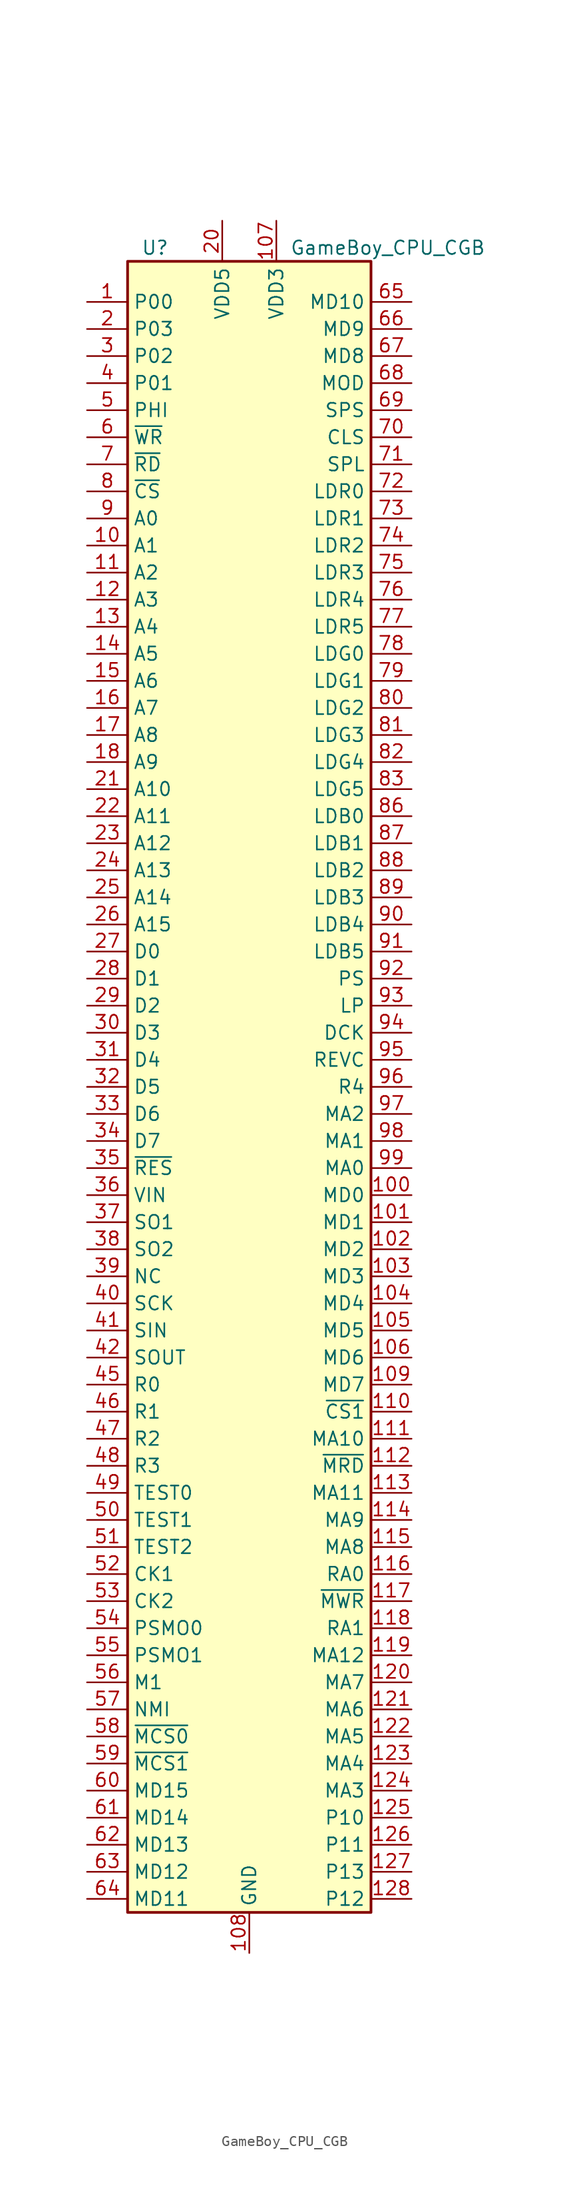
<source format=kicad_sym>
(kicad_symbol_lib
  (version 20220914)
  (generator kicad_symbol_editor)
  (symbol "GameBoy_CPU_CGB"
    (property "Reference" "U"
      (at -10.16 78.74 0)
      (effects (font (size 1.27 1.27)) (justify left)))
    (property "Value" "GameBoy_CPU_CGB"
      (at 3.81 78.74 0)
      (effects (font (size 1.27 1.27)) (justify left)))
    (symbol "GameBoy_CPU_CGB_0_1"
      (rectangle (start -11.43 77.47) (end 11.43 -77.47) (stroke (width 0.254) (type default)) (fill (type background))))
    (symbol "GameBoy_CPU_CGB_1_1"
      (pin passive line (at -15.24 73.66 0) (length 3.81) (name "P00" (effects (font (size 1.27 1.27)))) (number "1" (effects (font (size 1.27 1.27)))))
      (pin passive line (at -15.24 50.8 0) (length 3.81) (name "A1" (effects (font (size 1.27 1.27)))) (number "10" (effects (font (size 1.27 1.27)))))
      (pin passive line (at 15.24 -10.16 180) (length 3.81) (name "MD0" (effects (font (size 1.27 1.27)))) (number "100" (effects (font (size 1.27 1.27)))))
      (pin passive line (at 15.24 -12.7 180) (length 3.81) (name "MD1" (effects (font (size 1.27 1.27)))) (number "101" (effects (font (size 1.27 1.27)))))
      (pin passive line (at 15.24 -15.24 180) (length 3.81) (name "MD2" (effects (font (size 1.27 1.27)))) (number "102" (effects (font (size 1.27 1.27)))))
      (pin passive line (at 15.24 -17.78 180) (length 3.81) (name "MD3" (effects (font (size 1.27 1.27)))) (number "103" (effects (font (size 1.27 1.27)))))
      (pin passive line (at 15.24 -20.32 180) (length 3.81) (name "MD4" (effects (font (size 1.27 1.27)))) (number "104" (effects (font (size 1.27 1.27)))))
      (pin passive line (at 15.24 -22.86 180) (length 3.81) (name "MD5" (effects (font (size 1.27 1.27)))) (number "105" (effects (font (size 1.27 1.27)))))
      (pin passive line (at 15.24 -25.4 180) (length 3.81) (name "MD6" (effects (font (size 1.27 1.27)))) (number "106" (effects (font (size 1.27 1.27)))))
      (pin power_in line (at 2.54 81.28 270) (length 3.81) (name "VDD3" (effects (font (size 1.27 1.27)))) (number "107" (effects (font (size 1.27 1.27)))))
      (pin power_in line (at 0 -81.28 90) (length 3.81) (name "GND" (effects (font (size 1.27 1.27)))) (number "108" (effects (font (size 1.27 1.27)))))
      (pin passive line (at 15.24 -27.94 180) (length 3.81) (name "MD7" (effects (font (size 1.27 1.27)))) (number "109" (effects (font (size 1.27 1.27)))))
      (pin passive line (at -15.24 48.26 0) (length 3.81) (name "A2" (effects (font (size 1.27 1.27)))) (number "11" (effects (font (size 1.27 1.27)))))
      (pin passive line (at 15.24 -30.48 180) (length 3.81) (name "~{CS1}" (effects (font (size 1.27 1.27)))) (number "110" (effects (font (size 1.27 1.27)))))
      (pin passive line (at 15.24 -33.02 180) (length 3.81) (name "MA10" (effects (font (size 1.27 1.27)))) (number "111" (effects (font (size 1.27 1.27)))))
      (pin passive line (at 15.24 -35.56 180) (length 3.81) (name "~{MRD}" (effects (font (size 1.27 1.27)))) (number "112" (effects (font (size 1.27 1.27)))))
      (pin passive line (at 15.24 -38.1 180) (length 3.81) (name "MA11" (effects (font (size 1.27 1.27)))) (number "113" (effects (font (size 1.27 1.27)))))
      (pin passive line (at 15.24 -40.64 180) (length 3.81) (name "MA9" (effects (font (size 1.27 1.27)))) (number "114" (effects (font (size 1.27 1.27)))))
      (pin passive line (at 15.24 -43.18 180) (length 3.81) (name "MA8" (effects (font (size 1.27 1.27)))) (number "115" (effects (font (size 1.27 1.27)))))
      (pin passive line (at 15.24 -45.72 180) (length 3.81) (name "RA0" (effects (font (size 1.27 1.27)))) (number "116" (effects (font (size 1.27 1.27)))))
      (pin passive line (at 15.24 -48.26 180) (length 3.81) (name "~{MWR}" (effects (font (size 1.27 1.27)))) (number "117" (effects (font (size 1.27 1.27)))))
      (pin passive line (at 15.24 -50.8 180) (length 3.81) (name "RA1" (effects (font (size 1.27 1.27)))) (number "118" (effects (font (size 1.27 1.27)))))
      (pin passive line (at 15.24 -53.34 180) (length 3.81) (name "MA12" (effects (font (size 1.27 1.27)))) (number "119" (effects (font (size 1.27 1.27)))))
      (pin passive line (at -15.24 45.72 0) (length 3.81) (name "A3" (effects (font (size 1.27 1.27)))) (number "12" (effects (font (size 1.27 1.27)))))
      (pin passive line (at 15.24 -55.88 180) (length 3.81) (name "MA7" (effects (font (size 1.27 1.27)))) (number "120" (effects (font (size 1.27 1.27)))))
      (pin passive line (at 15.24 -58.42 180) (length 3.81) (name "MA6" (effects (font (size 1.27 1.27)))) (number "121" (effects (font (size 1.27 1.27)))))
      (pin passive line (at 15.24 -60.96 180) (length 3.81) (name "MA5" (effects (font (size 1.27 1.27)))) (number "122" (effects (font (size 1.27 1.27)))))
      (pin passive line (at 15.24 -63.5 180) (length 3.81) (name "MA4" (effects (font (size 1.27 1.27)))) (number "123" (effects (font (size 1.27 1.27)))))
      (pin passive line (at 15.24 -66.04 180) (length 3.81) (name "MA3" (effects (font (size 1.27 1.27)))) (number "124" (effects (font (size 1.27 1.27)))))
      (pin passive line (at 15.24 -68.58 180) (length 3.81) (name "P10" (effects (font (size 1.27 1.27)))) (number "125" (effects (font (size 1.27 1.27)))))
      (pin passive line (at 15.24 -71.12 180) (length 3.81) (name "P11" (effects (font (size 1.27 1.27)))) (number "126" (effects (font (size 1.27 1.27)))))
      (pin passive line (at 15.24 -73.66 180) (length 3.81) (name "P13" (effects (font (size 1.27 1.27)))) (number "127" (effects (font (size 1.27 1.27)))))
      (pin passive line (at 15.24 -76.2 180) (length 3.81) (name "P12" (effects (font (size 1.27 1.27)))) (number "128" (effects (font (size 1.27 1.27)))))
      (pin passive line (at -15.24 43.18 0) (length 3.81) (name "A4" (effects (font (size 1.27 1.27)))) (number "13" (effects (font (size 1.27 1.27)))))
      (pin passive line (at -15.24 40.64 0) (length 3.81) (name "A5" (effects (font (size 1.27 1.27)))) (number "14" (effects (font (size 1.27 1.27)))))
      (pin passive line (at -15.24 38.1 0) (length 3.81) (name "A6" (effects (font (size 1.27 1.27)))) (number "15" (effects (font (size 1.27 1.27)))))
      (pin passive line (at -15.24 35.56 0) (length 3.81) (name "A7" (effects (font (size 1.27 1.27)))) (number "16" (effects (font (size 1.27 1.27)))))
      (pin passive line (at -15.24 33.02 0) (length 3.81) (name "A8" (effects (font (size 1.27 1.27)))) (number "17" (effects (font (size 1.27 1.27)))))
      (pin passive line (at -15.24 30.48 0) (length 3.81) (name "A9" (effects (font (size 1.27 1.27)))) (number "18" (effects (font (size 1.27 1.27)))))
      (pin passive line (at 0 -81.28 90) (length 3.81) hide (name "GND" (effects (font (size 1.27 1.27)))) (number "19" (effects (font (size 1.27 1.27)))))
      (pin passive line (at -15.24 71.12 0) (length 3.81) (name "P03" (effects (font (size 1.27 1.27)))) (number "2" (effects (font (size 1.27 1.27)))))
      (pin power_in line (at -2.54 81.28 270) (length 3.81) (name "VDD5" (effects (font (size 1.27 1.27)))) (number "20" (effects (font (size 1.27 1.27)))))
      (pin passive line (at -15.24 27.94 0) (length 3.81) (name "A10" (effects (font (size 1.27 1.27)))) (number "21" (effects (font (size 1.27 1.27)))))
      (pin passive line (at -15.24 25.4 0) (length 3.81) (name "A11" (effects (font (size 1.27 1.27)))) (number "22" (effects (font (size 1.27 1.27)))))
      (pin passive line (at -15.24 22.86 0) (length 3.81) (name "A12" (effects (font (size 1.27 1.27)))) (number "23" (effects (font (size 1.27 1.27)))))
      (pin passive line (at -15.24 20.32 0) (length 3.81) (name "A13" (effects (font (size 1.27 1.27)))) (number "24" (effects (font (size 1.27 1.27)))))
      (pin passive line (at -15.24 17.78 0) (length 3.81) (name "A14" (effects (font (size 1.27 1.27)))) (number "25" (effects (font (size 1.27 1.27)))))
      (pin passive line (at -15.24 15.24 0) (length 3.81) (name "A15" (effects (font (size 1.27 1.27)))) (number "26" (effects (font (size 1.27 1.27)))))
      (pin passive line (at -15.24 12.7 0) (length 3.81) (name "D0" (effects (font (size 1.27 1.27)))) (number "27" (effects (font (size 1.27 1.27)))))
      (pin passive line (at -15.24 10.16 0) (length 3.81) (name "D1" (effects (font (size 1.27 1.27)))) (number "28" (effects (font (size 1.27 1.27)))))
      (pin passive line (at -15.24 7.62 0) (length 3.81) (name "D2" (effects (font (size 1.27 1.27)))) (number "29" (effects (font (size 1.27 1.27)))))
      (pin passive line (at -15.24 68.58 0) (length 3.81) (name "P02" (effects (font (size 1.27 1.27)))) (number "3" (effects (font (size 1.27 1.27)))))
      (pin passive line (at -15.24 5.08 0) (length 3.81) (name "D3" (effects (font (size 1.27 1.27)))) (number "30" (effects (font (size 1.27 1.27)))))
      (pin passive line (at -15.24 2.54 0) (length 3.81) (name "D4" (effects (font (size 1.27 1.27)))) (number "31" (effects (font (size 1.27 1.27)))))
      (pin passive line (at -15.24 0 0) (length 3.81) (name "D5" (effects (font (size 1.27 1.27)))) (number "32" (effects (font (size 1.27 1.27)))))
      (pin passive line (at -15.24 -2.54 0) (length 3.81) (name "D6" (effects (font (size 1.27 1.27)))) (number "33" (effects (font (size 1.27 1.27)))))
      (pin passive line (at -15.24 -5.08 0) (length 3.81) (name "D7" (effects (font (size 1.27 1.27)))) (number "34" (effects (font (size 1.27 1.27)))))
      (pin passive line (at -15.24 -7.62 0) (length 3.81) (name "~{RES}" (effects (font (size 1.27 1.27)))) (number "35" (effects (font (size 1.27 1.27)))))
      (pin passive line (at -15.24 -10.16 0) (length 3.81) (name "VIN" (effects (font (size 1.27 1.27)))) (number "36" (effects (font (size 1.27 1.27)))))
      (pin passive line (at -15.24 -12.7 0) (length 3.81) (name "SO1" (effects (font (size 1.27 1.27)))) (number "37" (effects (font (size 1.27 1.27)))))
      (pin passive line (at -15.24 -15.24 0) (length 3.81) (name "SO2" (effects (font (size 1.27 1.27)))) (number "38" (effects (font (size 1.27 1.27)))))
      (pin passive line (at -15.24 -17.78 0) (length 3.81) (name "NC" (effects (font (size 1.27 1.27)))) (number "39" (effects (font (size 1.27 1.27)))))
      (pin passive line (at -15.24 66.04 0) (length 3.81) (name "P01" (effects (font (size 1.27 1.27)))) (number "4" (effects (font (size 1.27 1.27)))))
      (pin passive line (at -15.24 -20.32 0) (length 3.81) (name "SCK" (effects (font (size 1.27 1.27)))) (number "40" (effects (font (size 1.27 1.27)))))
      (pin passive line (at -15.24 -22.86 0) (length 3.81) (name "SIN" (effects (font (size 1.27 1.27)))) (number "41" (effects (font (size 1.27 1.27)))))
      (pin passive line (at -15.24 -25.4 0) (length 3.81) (name "SOUT" (effects (font (size 1.27 1.27)))) (number "42" (effects (font (size 1.27 1.27)))))
      (pin passive line (at -2.54 81.28 270) (length 3.81) hide (name "VDD5" (effects (font (size 1.27 1.27)))) (number "43" (effects (font (size 1.27 1.27)))))
      (pin passive line (at 0 -81.28 90) (length 3.81) hide (name "GND" (effects (font (size 1.27 1.27)))) (number "44" (effects (font (size 1.27 1.27)))))
      (pin passive line (at -15.24 -27.94 0) (length 3.81) (name "R0" (effects (font (size 1.27 1.27)))) (number "45" (effects (font (size 1.27 1.27)))))
      (pin passive line (at -15.24 -30.48 0) (length 3.81) (name "R1" (effects (font (size 1.27 1.27)))) (number "46" (effects (font (size 1.27 1.27)))))
      (pin passive line (at -15.24 -33.02 0) (length 3.81) (name "R2" (effects (font (size 1.27 1.27)))) (number "47" (effects (font (size 1.27 1.27)))))
      (pin passive line (at -15.24 -35.56 0) (length 3.81) (name "R3" (effects (font (size 1.27 1.27)))) (number "48" (effects (font (size 1.27 1.27)))))
      (pin passive line (at -15.24 -38.1 0) (length 3.81) (name "TEST0" (effects (font (size 1.27 1.27)))) (number "49" (effects (font (size 1.27 1.27)))))
      (pin passive line (at -15.24 63.5 0) (length 3.81) (name "PHI" (effects (font (size 1.27 1.27)))) (number "5" (effects (font (size 1.27 1.27)))))
      (pin passive line (at -15.24 -40.64 0) (length 3.81) (name "TEST1" (effects (font (size 1.27 1.27)))) (number "50" (effects (font (size 1.27 1.27)))))
      (pin passive line (at -15.24 -43.18 0) (length 3.81) (name "TEST2" (effects (font (size 1.27 1.27)))) (number "51" (effects (font (size 1.27 1.27)))))
      (pin passive line (at -15.24 -45.72 0) (length 3.81) (name "CK1" (effects (font (size 1.27 1.27)))) (number "52" (effects (font (size 1.27 1.27)))))
      (pin passive line (at -15.24 -48.26 0) (length 3.81) (name "CK2" (effects (font (size 1.27 1.27)))) (number "53" (effects (font (size 1.27 1.27)))))
      (pin passive line (at -15.24 -50.8 0) (length 3.81) (name "PSMO0" (effects (font (size 1.27 1.27)))) (number "54" (effects (font (size 1.27 1.27)))))
      (pin passive line (at -15.24 -53.34 0) (length 3.81) (name "PSMO1" (effects (font (size 1.27 1.27)))) (number "55" (effects (font (size 1.27 1.27)))))
      (pin passive line (at -15.24 -55.88 0) (length 3.81) (name "M1" (effects (font (size 1.27 1.27)))) (number "56" (effects (font (size 1.27 1.27)))))
      (pin passive line (at -15.24 -58.42 0) (length 3.81) (name "NMI" (effects (font (size 1.27 1.27)))) (number "57" (effects (font (size 1.27 1.27)))))
      (pin passive line (at -15.24 -60.96 0) (length 3.81) (name "~{MCS0}" (effects (font (size 1.27 1.27)))) (number "58" (effects (font (size 1.27 1.27)))))
      (pin passive line (at -15.24 -63.5 0) (length 3.81) (name "~{MCS1}" (effects (font (size 1.27 1.27)))) (number "59" (effects (font (size 1.27 1.27)))))
      (pin passive line (at -15.24 60.96 0) (length 3.81) (name "~{WR}" (effects (font (size 1.27 1.27)))) (number "6" (effects (font (size 1.27 1.27)))))
      (pin passive line (at -15.24 -66.04 0) (length 3.81) (name "MD15" (effects (font (size 1.27 1.27)))) (number "60" (effects (font (size 1.27 1.27)))))
      (pin passive line (at -15.24 -68.58 0) (length 3.81) (name "MD14" (effects (font (size 1.27 1.27)))) (number "61" (effects (font (size 1.27 1.27)))))
      (pin passive line (at -15.24 -71.12 0) (length 3.81) (name "MD13" (effects (font (size 1.27 1.27)))) (number "62" (effects (font (size 1.27 1.27)))))
      (pin passive line (at -15.24 -73.66 0) (length 3.81) (name "MD12" (effects (font (size 1.27 1.27)))) (number "63" (effects (font (size 1.27 1.27)))))
      (pin passive line (at -15.24 -76.2 0) (length 3.81) (name "MD11" (effects (font (size 1.27 1.27)))) (number "64" (effects (font (size 1.27 1.27)))))
      (pin passive line (at 15.24 73.66 180) (length 3.81) (name "MD10" (effects (font (size 1.27 1.27)))) (number "65" (effects (font (size 1.27 1.27)))))
      (pin passive line (at 15.24 71.12 180) (length 3.81) (name "MD9" (effects (font (size 1.27 1.27)))) (number "66" (effects (font (size 1.27 1.27)))))
      (pin passive line (at 15.24 68.58 180) (length 3.81) (name "MD8" (effects (font (size 1.27 1.27)))) (number "67" (effects (font (size 1.27 1.27)))))
      (pin passive line (at 15.24 66.04 180) (length 3.81) (name "MOD" (effects (font (size 1.27 1.27)))) (number "68" (effects (font (size 1.27 1.27)))))
      (pin passive line (at 15.24 63.5 180) (length 3.81) (name "SPS" (effects (font (size 1.27 1.27)))) (number "69" (effects (font (size 1.27 1.27)))))
      (pin passive line (at -15.24 58.42 0) (length 3.81) (name "~{RD}" (effects (font (size 1.27 1.27)))) (number "7" (effects (font (size 1.27 1.27)))))
      (pin passive line (at 15.24 60.96 180) (length 3.81) (name "CLS" (effects (font (size 1.27 1.27)))) (number "70" (effects (font (size 1.27 1.27)))))
      (pin passive line (at 15.24 58.42 180) (length 3.81) (name "SPL" (effects (font (size 1.27 1.27)))) (number "71" (effects (font (size 1.27 1.27)))))
      (pin passive line (at 15.24 55.88 180) (length 3.81) (name "LDR0" (effects (font (size 1.27 1.27)))) (number "72" (effects (font (size 1.27 1.27)))))
      (pin passive line (at 15.24 53.34 180) (length 3.81) (name "LDR1" (effects (font (size 1.27 1.27)))) (number "73" (effects (font (size 1.27 1.27)))))
      (pin passive line (at 15.24 50.8 180) (length 3.81) (name "LDR2" (effects (font (size 1.27 1.27)))) (number "74" (effects (font (size 1.27 1.27)))))
      (pin passive line (at 15.24 48.26 180) (length 3.81) (name "LDR3" (effects (font (size 1.27 1.27)))) (number "75" (effects (font (size 1.27 1.27)))))
      (pin passive line (at 15.24 45.72 180) (length 3.81) (name "LDR4" (effects (font (size 1.27 1.27)))) (number "76" (effects (font (size 1.27 1.27)))))
      (pin passive line (at 15.24 43.18 180) (length 3.81) (name "LDR5" (effects (font (size 1.27 1.27)))) (number "77" (effects (font (size 1.27 1.27)))))
      (pin passive line (at 15.24 40.64 180) (length 3.81) (name "LDG0" (effects (font (size 1.27 1.27)))) (number "78" (effects (font (size 1.27 1.27)))))
      (pin passive line (at 15.24 38.1 180) (length 3.81) (name "LDG1" (effects (font (size 1.27 1.27)))) (number "79" (effects (font (size 1.27 1.27)))))
      (pin passive line (at -15.24 55.88 0) (length 3.81) (name "~{CS}" (effects (font (size 1.27 1.27)))) (number "8" (effects (font (size 1.27 1.27)))))
      (pin passive line (at 15.24 35.56 180) (length 3.81) (name "LDG2" (effects (font (size 1.27 1.27)))) (number "80" (effects (font (size 1.27 1.27)))))
      (pin passive line (at 15.24 33.02 180) (length 3.81) (name "LDG3" (effects (font (size 1.27 1.27)))) (number "81" (effects (font (size 1.27 1.27)))))
      (pin passive line (at 15.24 30.48 180) (length 3.81) (name "LDG4" (effects (font (size 1.27 1.27)))) (number "82" (effects (font (size 1.27 1.27)))))
      (pin passive line (at 15.24 27.94 180) (length 3.81) (name "LDG5" (effects (font (size 1.27 1.27)))) (number "83" (effects (font (size 1.27 1.27)))))
      (pin passive line (at 0 -81.28 90) (length 3.81) hide (name "GND" (effects (font (size 1.27 1.27)))) (number "84" (effects (font (size 1.27 1.27)))))
      (pin passive line (at 2.54 81.28 270) (length 3.81) hide (name "VDD3" (effects (font (size 1.27 1.27)))) (number "85" (effects (font (size 1.27 1.27)))))
      (pin passive line (at 15.24 25.4 180) (length 3.81) (name "LDB0" (effects (font (size 1.27 1.27)))) (number "86" (effects (font (size 1.27 1.27)))))
      (pin passive line (at 15.24 22.86 180) (length 3.81) (name "LDB1" (effects (font (size 1.27 1.27)))) (number "87" (effects (font (size 1.27 1.27)))))
      (pin passive line (at 15.24 20.32 180) (length 3.81) (name "LDB2" (effects (font (size 1.27 1.27)))) (number "88" (effects (font (size 1.27 1.27)))))
      (pin passive line (at 15.24 17.78 180) (length 3.81) (name "LDB3" (effects (font (size 1.27 1.27)))) (number "89" (effects (font (size 1.27 1.27)))))
      (pin passive line (at -15.24 53.34 0) (length 3.81) (name "A0" (effects (font (size 1.27 1.27)))) (number "9" (effects (font (size 1.27 1.27)))))
      (pin passive line (at 15.24 15.24 180) (length 3.81) (name "LDB4" (effects (font (size 1.27 1.27)))) (number "90" (effects (font (size 1.27 1.27)))))
      (pin passive line (at 15.24 12.7 180) (length 3.81) (name "LDB5" (effects (font (size 1.27 1.27)))) (number "91" (effects (font (size 1.27 1.27)))))
      (pin passive line (at 15.24 10.16 180) (length 3.81) (name "PS" (effects (font (size 1.27 1.27)))) (number "92" (effects (font (size 1.27 1.27)))))
      (pin passive line (at 15.24 7.62 180) (length 3.81) (name "LP" (effects (font (size 1.27 1.27)))) (number "93" (effects (font (size 1.27 1.27)))))
      (pin passive line (at 15.24 5.08 180) (length 3.81) (name "DCK" (effects (font (size 1.27 1.27)))) (number "94" (effects (font (size 1.27 1.27)))))
      (pin passive line (at 15.24 2.54 180) (length 3.81) (name "REVC" (effects (font (size 1.27 1.27)))) (number "95" (effects (font (size 1.27 1.27)))))
      (pin passive line (at 15.24 0 180) (length 3.81) (name "R4" (effects (font (size 1.27 1.27)))) (number "96" (effects (font (size 1.27 1.27)))))
      (pin passive line (at 15.24 -2.54 180) (length 3.81) (name "MA2" (effects (font (size 1.27 1.27)))) (number "97" (effects (font (size 1.27 1.27)))))
      (pin passive line (at 15.24 -5.08 180) (length 3.81) (name "MA1" (effects (font (size 1.27 1.27)))) (number "98" (effects (font (size 1.27 1.27)))))
      (pin passive line (at 15.24 -7.62 180) (length 3.81) (name "MA0" (effects (font (size 1.27 1.27)))) (number "99" (effects (font (size 1.27 1.27))))))))
</source>
